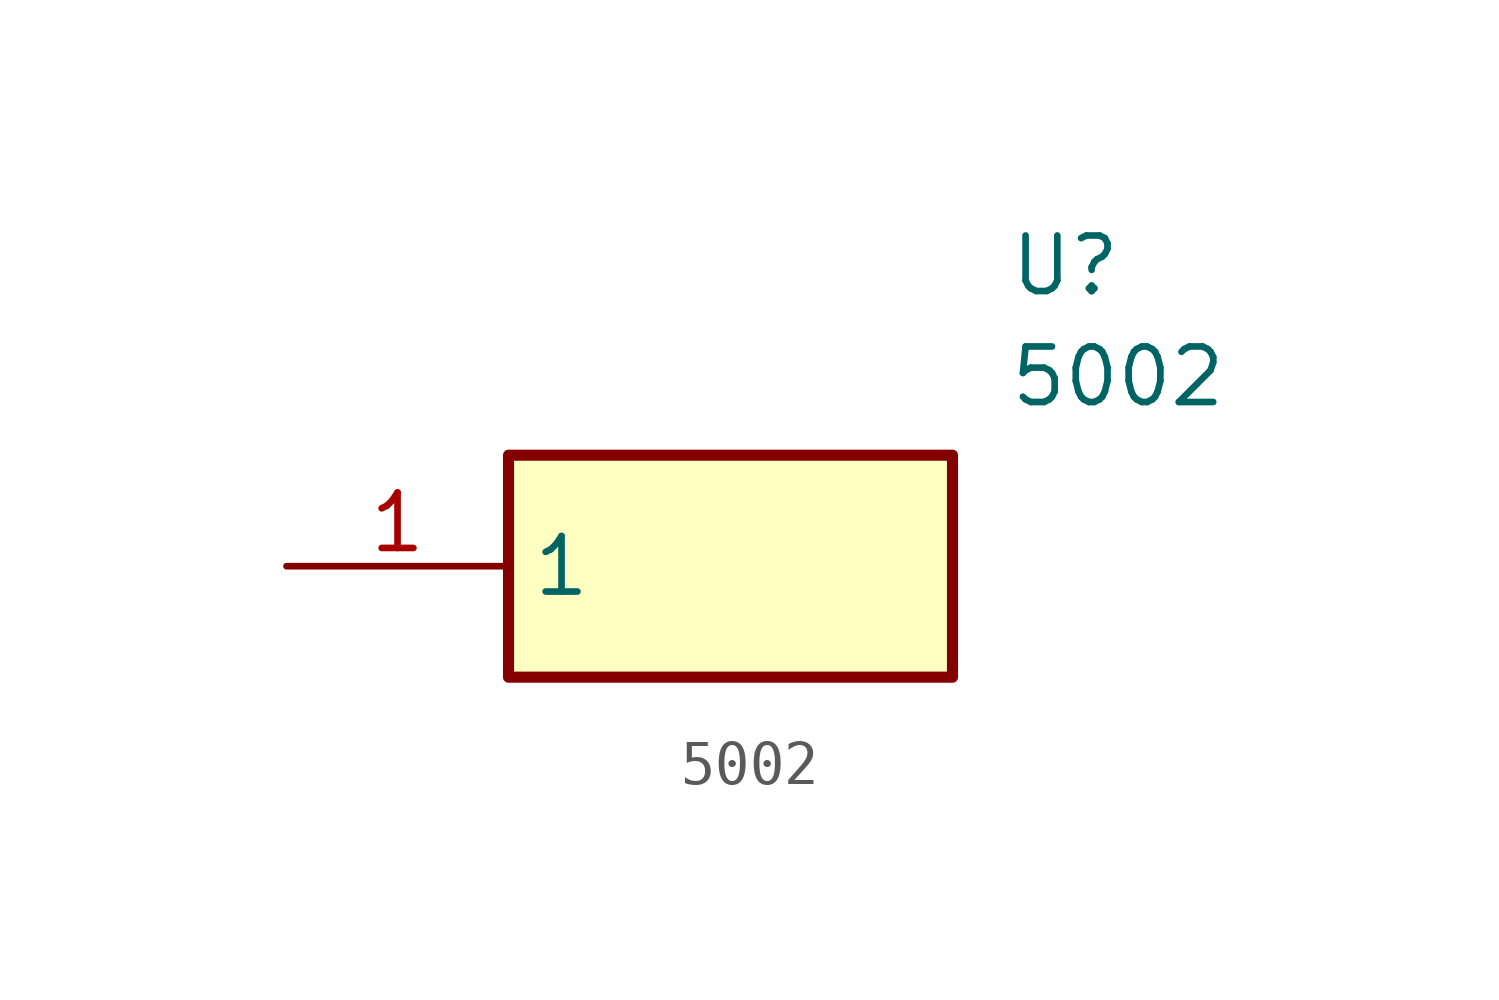
<source format=kicad_sym>
(kicad_symbol_lib
  (version 20211014)
  (generator SamacSys_ECAD_Model)
  (symbol "5002"
    (property "Reference" "U"
      (at 16.51 7.62 0)
      (effects (font (size 1.27 1.27)) (justify left top)))
    (property "Value" "5002"
      (at 16.51 5.08 0)
      (effects (font (size 1.27 1.27)) (justify left top)))
    (rectangle
      (start 5.08 2.54)
      (end 15.24 -2.54)
      (stroke (width 0.254) (type default))
      (fill (type background)))
    (pin passive line
      (at 0 0 0)
      (length 5.08)
      (name "1" (effects (font (size 1.27 1.27))))
      (number "1" (effects (font (size 1.27 1.27)))))))
</source>
